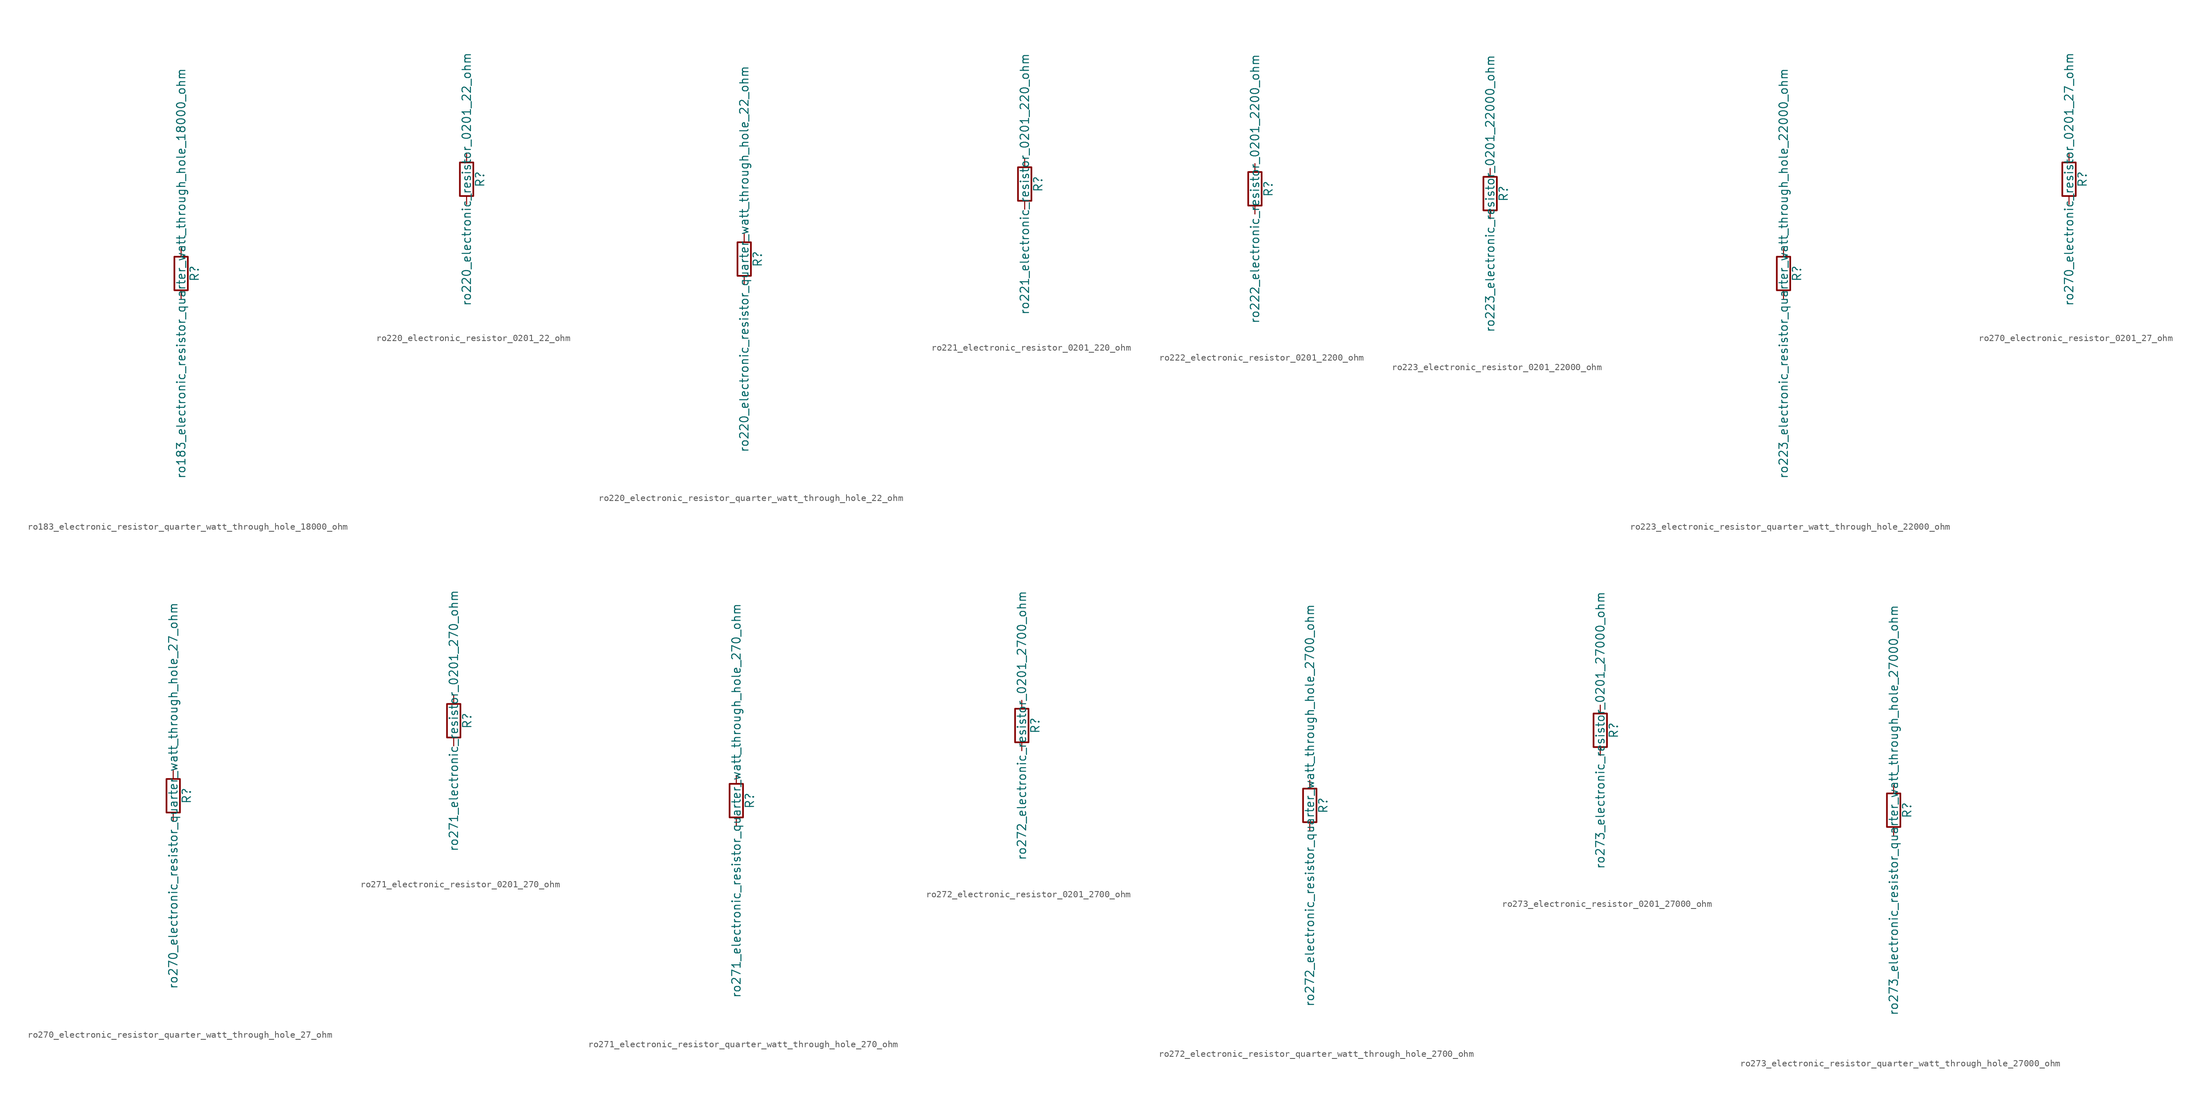
<source format=kicad_sym>
(kicad_symbol_lib
  (version 20220914)
  (generator kicad_symbol_editor)
  (symbol "ro183_electronic_resistor_quarter_watt_through_hole_18000_ohm"
    (pin_numbers hide)
    (pin_names
      (offset 0))
    (property "Reference" "R"
      (at 2.032 0 90)
      (effects (font (size 1.27 1.27))))
    (property "Value" "ro183_electronic_resistor_quarter_watt_through_hole_18000_ohm"
      (at 0 0 90)
      (effects (font (size 1.27 1.27))))
    (symbol "ro183_electronic_resistor_quarter_watt_through_hole_18000_ohm_0_1"
      (rectangle (start -1.016 -2.54) (end 1.016 2.54) (stroke (width 0.254) (type default)) (fill (type none))))
    (symbol "ro183_electronic_resistor_quarter_watt_through_hole_18000_ohm_1_1"
      (pin passive line (at 0 3.81 270) (length 1.27) (name "~" (effects (font (size 1.27 1.27)))) (number "1" (effects (font (size 1.27 1.27)))))
      (pin passive line (at 0 -3.81 90) (length 1.27) (name "~" (effects (font (size 1.27 1.27)))) (number "2" (effects (font (size 1.27 1.27)))))))
  (symbol "ro220_electronic_resistor_0201_22_ohm"
    (pin_numbers hide)
    (pin_names
      (offset 0))
    (property "Reference" "R"
      (at 2.032 0 90)
      (effects (font (size 1.27 1.27))))
    (property "Value" "ro220_electronic_resistor_0201_22_ohm"
      (at 0 0 90)
      (effects (font (size 1.27 1.27))))
    (symbol "ro220_electronic_resistor_0201_22_ohm_0_1"
      (rectangle (start -1.016 -2.54) (end 1.016 2.54) (stroke (width 0.254) (type default)) (fill (type none))))
    (symbol "ro220_electronic_resistor_0201_22_ohm_1_1"
      (pin passive line (at 0 3.81 270) (length 1.27) (name "~" (effects (font (size 1.27 1.27)))) (number "1" (effects (font (size 1.27 1.27)))))
      (pin passive line (at 0 -3.81 90) (length 1.27) (name "~" (effects (font (size 1.27 1.27)))) (number "2" (effects (font (size 1.27 1.27)))))))
  (symbol "ro220_electronic_resistor_quarter_watt_through_hole_22_ohm"
    (pin_numbers hide)
    (pin_names
      (offset 0))
    (property "Reference" "R"
      (at 2.032 0 90)
      (effects (font (size 1.27 1.27))))
    (property "Value" "ro220_electronic_resistor_quarter_watt_through_hole_22_ohm"
      (at 0 0 90)
      (effects (font (size 1.27 1.27))))
    (symbol "ro220_electronic_resistor_quarter_watt_through_hole_22_ohm_0_1"
      (rectangle (start -1.016 -2.54) (end 1.016 2.54) (stroke (width 0.254) (type default)) (fill (type none))))
    (symbol "ro220_electronic_resistor_quarter_watt_through_hole_22_ohm_1_1"
      (pin passive line (at 0 3.81 270) (length 1.27) (name "~" (effects (font (size 1.27 1.27)))) (number "1" (effects (font (size 1.27 1.27)))))
      (pin passive line (at 0 -3.81 90) (length 1.27) (name "~" (effects (font (size 1.27 1.27)))) (number "2" (effects (font (size 1.27 1.27)))))))
  (symbol "ro221_electronic_resistor_0201_220_ohm"
    (pin_numbers hide)
    (pin_names
      (offset 0))
    (property "Reference" "R"
      (at 2.032 0 90)
      (effects (font (size 1.27 1.27))))
    (property "Value" "ro221_electronic_resistor_0201_220_ohm"
      (at 0 0 90)
      (effects (font (size 1.27 1.27))))
    (symbol "ro221_electronic_resistor_0201_220_ohm_0_1"
      (rectangle (start -1.016 -2.54) (end 1.016 2.54) (stroke (width 0.254) (type default)) (fill (type none))))
    (symbol "ro221_electronic_resistor_0201_220_ohm_1_1"
      (pin passive line (at 0 3.81 270) (length 1.27) (name "~" (effects (font (size 1.27 1.27)))) (number "1" (effects (font (size 1.27 1.27)))))
      (pin passive line (at 0 -3.81 90) (length 1.27) (name "~" (effects (font (size 1.27 1.27)))) (number "2" (effects (font (size 1.27 1.27)))))))
  (symbol "ro222_electronic_resistor_0201_2200_ohm"
    (pin_numbers hide)
    (pin_names
      (offset 0))
    (property "Reference" "R"
      (at 2.032 0 90)
      (effects (font (size 1.27 1.27))))
    (property "Value" "ro222_electronic_resistor_0201_2200_ohm"
      (at 0 0 90)
      (effects (font (size 1.27 1.27))))
    (symbol "ro222_electronic_resistor_0201_2200_ohm_0_1"
      (rectangle (start -1.016 -2.54) (end 1.016 2.54) (stroke (width 0.254) (type default)) (fill (type none))))
    (symbol "ro222_electronic_resistor_0201_2200_ohm_1_1"
      (pin passive line (at 0 3.81 270) (length 1.27) (name "~" (effects (font (size 1.27 1.27)))) (number "1" (effects (font (size 1.27 1.27)))))
      (pin passive line (at 0 -3.81 90) (length 1.27) (name "~" (effects (font (size 1.27 1.27)))) (number "2" (effects (font (size 1.27 1.27)))))))
  (symbol "ro223_electronic_resistor_0201_22000_ohm"
    (pin_numbers hide)
    (pin_names
      (offset 0))
    (property "Reference" "R"
      (at 2.032 0 90)
      (effects (font (size 1.27 1.27))))
    (property "Value" "ro223_electronic_resistor_0201_22000_ohm"
      (at 0 0 90)
      (effects (font (size 1.27 1.27))))
    (symbol "ro223_electronic_resistor_0201_22000_ohm_0_1"
      (rectangle (start -1.016 -2.54) (end 1.016 2.54) (stroke (width 0.254) (type default)) (fill (type none))))
    (symbol "ro223_electronic_resistor_0201_22000_ohm_1_1"
      (pin passive line (at 0 3.81 270) (length 1.27) (name "~" (effects (font (size 1.27 1.27)))) (number "1" (effects (font (size 1.27 1.27)))))
      (pin passive line (at 0 -3.81 90) (length 1.27) (name "~" (effects (font (size 1.27 1.27)))) (number "2" (effects (font (size 1.27 1.27)))))))
  (symbol "ro223_electronic_resistor_quarter_watt_through_hole_22000_ohm"
    (pin_numbers hide)
    (pin_names
      (offset 0))
    (property "Reference" "R"
      (at 2.032 0 90)
      (effects (font (size 1.27 1.27))))
    (property "Value" "ro223_electronic_resistor_quarter_watt_through_hole_22000_ohm"
      (at 0 0 90)
      (effects (font (size 1.27 1.27))))
    (symbol "ro223_electronic_resistor_quarter_watt_through_hole_22000_ohm_0_1"
      (rectangle (start -1.016 -2.54) (end 1.016 2.54) (stroke (width 0.254) (type default)) (fill (type none))))
    (symbol "ro223_electronic_resistor_quarter_watt_through_hole_22000_ohm_1_1"
      (pin passive line (at 0 3.81 270) (length 1.27) (name "~" (effects (font (size 1.27 1.27)))) (number "1" (effects (font (size 1.27 1.27)))))
      (pin passive line (at 0 -3.81 90) (length 1.27) (name "~" (effects (font (size 1.27 1.27)))) (number "2" (effects (font (size 1.27 1.27)))))))
  (symbol "ro270_electronic_resistor_0201_27_ohm"
    (pin_numbers hide)
    (pin_names
      (offset 0))
    (property "Reference" "R"
      (at 2.032 0 90)
      (effects (font (size 1.27 1.27))))
    (property "Value" "ro270_electronic_resistor_0201_27_ohm"
      (at 0 0 90)
      (effects (font (size 1.27 1.27))))
    (symbol "ro270_electronic_resistor_0201_27_ohm_0_1"
      (rectangle (start -1.016 -2.54) (end 1.016 2.54) (stroke (width 0.254) (type default)) (fill (type none))))
    (symbol "ro270_electronic_resistor_0201_27_ohm_1_1"
      (pin passive line (at 0 3.81 270) (length 1.27) (name "~" (effects (font (size 1.27 1.27)))) (number "1" (effects (font (size 1.27 1.27)))))
      (pin passive line (at 0 -3.81 90) (length 1.27) (name "~" (effects (font (size 1.27 1.27)))) (number "2" (effects (font (size 1.27 1.27)))))))
  (symbol "ro270_electronic_resistor_quarter_watt_through_hole_27_ohm"
    (pin_numbers hide)
    (pin_names
      (offset 0))
    (property "Reference" "R"
      (at 2.032 0 90)
      (effects (font (size 1.27 1.27))))
    (property "Value" "ro270_electronic_resistor_quarter_watt_through_hole_27_ohm"
      (at 0 0 90)
      (effects (font (size 1.27 1.27))))
    (symbol "ro270_electronic_resistor_quarter_watt_through_hole_27_ohm_0_1"
      (rectangle (start -1.016 -2.54) (end 1.016 2.54) (stroke (width 0.254) (type default)) (fill (type none))))
    (symbol "ro270_electronic_resistor_quarter_watt_through_hole_27_ohm_1_1"
      (pin passive line (at 0 3.81 270) (length 1.27) (name "~" (effects (font (size 1.27 1.27)))) (number "1" (effects (font (size 1.27 1.27)))))
      (pin passive line (at 0 -3.81 90) (length 1.27) (name "~" (effects (font (size 1.27 1.27)))) (number "2" (effects (font (size 1.27 1.27)))))))
  (symbol "ro271_electronic_resistor_0201_270_ohm"
    (pin_numbers hide)
    (pin_names
      (offset 0))
    (property "Reference" "R"
      (at 2.032 0 90)
      (effects (font (size 1.27 1.27))))
    (property "Value" "ro271_electronic_resistor_0201_270_ohm"
      (at 0 0 90)
      (effects (font (size 1.27 1.27))))
    (symbol "ro271_electronic_resistor_0201_270_ohm_0_1"
      (rectangle (start -1.016 -2.54) (end 1.016 2.54) (stroke (width 0.254) (type default)) (fill (type none))))
    (symbol "ro271_electronic_resistor_0201_270_ohm_1_1"
      (pin passive line (at 0 3.81 270) (length 1.27) (name "~" (effects (font (size 1.27 1.27)))) (number "1" (effects (font (size 1.27 1.27)))))
      (pin passive line (at 0 -3.81 90) (length 1.27) (name "~" (effects (font (size 1.27 1.27)))) (number "2" (effects (font (size 1.27 1.27)))))))
  (symbol "ro271_electronic_resistor_quarter_watt_through_hole_270_ohm"
    (pin_numbers hide)
    (pin_names
      (offset 0))
    (property "Reference" "R"
      (at 2.032 0 90)
      (effects (font (size 1.27 1.27))))
    (property "Value" "ro271_electronic_resistor_quarter_watt_through_hole_270_ohm"
      (at 0 0 90)
      (effects (font (size 1.27 1.27))))
    (symbol "ro271_electronic_resistor_quarter_watt_through_hole_270_ohm_0_1"
      (rectangle (start -1.016 -2.54) (end 1.016 2.54) (stroke (width 0.254) (type default)) (fill (type none))))
    (symbol "ro271_electronic_resistor_quarter_watt_through_hole_270_ohm_1_1"
      (pin passive line (at 0 3.81 270) (length 1.27) (name "~" (effects (font (size 1.27 1.27)))) (number "1" (effects (font (size 1.27 1.27)))))
      (pin passive line (at 0 -3.81 90) (length 1.27) (name "~" (effects (font (size 1.27 1.27)))) (number "2" (effects (font (size 1.27 1.27)))))))
  (symbol "ro272_electronic_resistor_0201_2700_ohm"
    (pin_numbers hide)
    (pin_names
      (offset 0))
    (property "Reference" "R"
      (at 2.032 0 90)
      (effects (font (size 1.27 1.27))))
    (property "Value" "ro272_electronic_resistor_0201_2700_ohm"
      (at 0 0 90)
      (effects (font (size 1.27 1.27))))
    (symbol "ro272_electronic_resistor_0201_2700_ohm_0_1"
      (rectangle (start -1.016 -2.54) (end 1.016 2.54) (stroke (width 0.254) (type default)) (fill (type none))))
    (symbol "ro272_electronic_resistor_0201_2700_ohm_1_1"
      (pin passive line (at 0 3.81 270) (length 1.27) (name "~" (effects (font (size 1.27 1.27)))) (number "1" (effects (font (size 1.27 1.27)))))
      (pin passive line (at 0 -3.81 90) (length 1.27) (name "~" (effects (font (size 1.27 1.27)))) (number "2" (effects (font (size 1.27 1.27)))))))
  (symbol "ro272_electronic_resistor_quarter_watt_through_hole_2700_ohm"
    (pin_numbers hide)
    (pin_names
      (offset 0))
    (property "Reference" "R"
      (at 2.032 0 90)
      (effects (font (size 1.27 1.27))))
    (property "Value" "ro272_electronic_resistor_quarter_watt_through_hole_2700_ohm"
      (at 0 0 90)
      (effects (font (size 1.27 1.27))))
    (symbol "ro272_electronic_resistor_quarter_watt_through_hole_2700_ohm_0_1"
      (rectangle (start -1.016 -2.54) (end 1.016 2.54) (stroke (width 0.254) (type default)) (fill (type none))))
    (symbol "ro272_electronic_resistor_quarter_watt_through_hole_2700_ohm_1_1"
      (pin passive line (at 0 3.81 270) (length 1.27) (name "~" (effects (font (size 1.27 1.27)))) (number "1" (effects (font (size 1.27 1.27)))))
      (pin passive line (at 0 -3.81 90) (length 1.27) (name "~" (effects (font (size 1.27 1.27)))) (number "2" (effects (font (size 1.27 1.27)))))))
  (symbol "ro273_electronic_resistor_0201_27000_ohm"
    (pin_numbers hide)
    (pin_names
      (offset 0))
    (property "Reference" "R"
      (at 2.032 0 90)
      (effects (font (size 1.27 1.27))))
    (property "Value" "ro273_electronic_resistor_0201_27000_ohm"
      (at 0 0 90)
      (effects (font (size 1.27 1.27))))
    (symbol "ro273_electronic_resistor_0201_27000_ohm_0_1"
      (rectangle (start -1.016 -2.54) (end 1.016 2.54) (stroke (width 0.254) (type default)) (fill (type none))))
    (symbol "ro273_electronic_resistor_0201_27000_ohm_1_1"
      (pin passive line (at 0 3.81 270) (length 1.27) (name "~" (effects (font (size 1.27 1.27)))) (number "1" (effects (font (size 1.27 1.27)))))
      (pin passive line (at 0 -3.81 90) (length 1.27) (name "~" (effects (font (size 1.27 1.27)))) (number "2" (effects (font (size 1.27 1.27)))))))
  (symbol "ro273_electronic_resistor_quarter_watt_through_hole_27000_ohm"
    (pin_numbers hide)
    (pin_names
      (offset 0))
    (property "Reference" "R"
      (at 2.032 0 90)
      (effects (font (size 1.27 1.27))))
    (property "Value" "ro273_electronic_resistor_quarter_watt_through_hole_27000_ohm"
      (at 0 0 90)
      (effects (font (size 1.27 1.27))))
    (symbol "ro273_electronic_resistor_quarter_watt_through_hole_27000_ohm_0_1"
      (rectangle (start -1.016 -2.54) (end 1.016 2.54) (stroke (width 0.254) (type default)) (fill (type none))))
    (symbol "ro273_electronic_resistor_quarter_watt_through_hole_27000_ohm_1_1"
      (pin passive line (at 0 3.81 270) (length 1.27) (name "~" (effects (font (size 1.27 1.27)))) (number "1" (effects (font (size 1.27 1.27)))))
      (pin passive line (at 0 -3.81 90) (length 1.27) (name "~" (effects (font (size 1.27 1.27)))) (number "2" (effects (font (size 1.27 1.27))))))))
</source>
